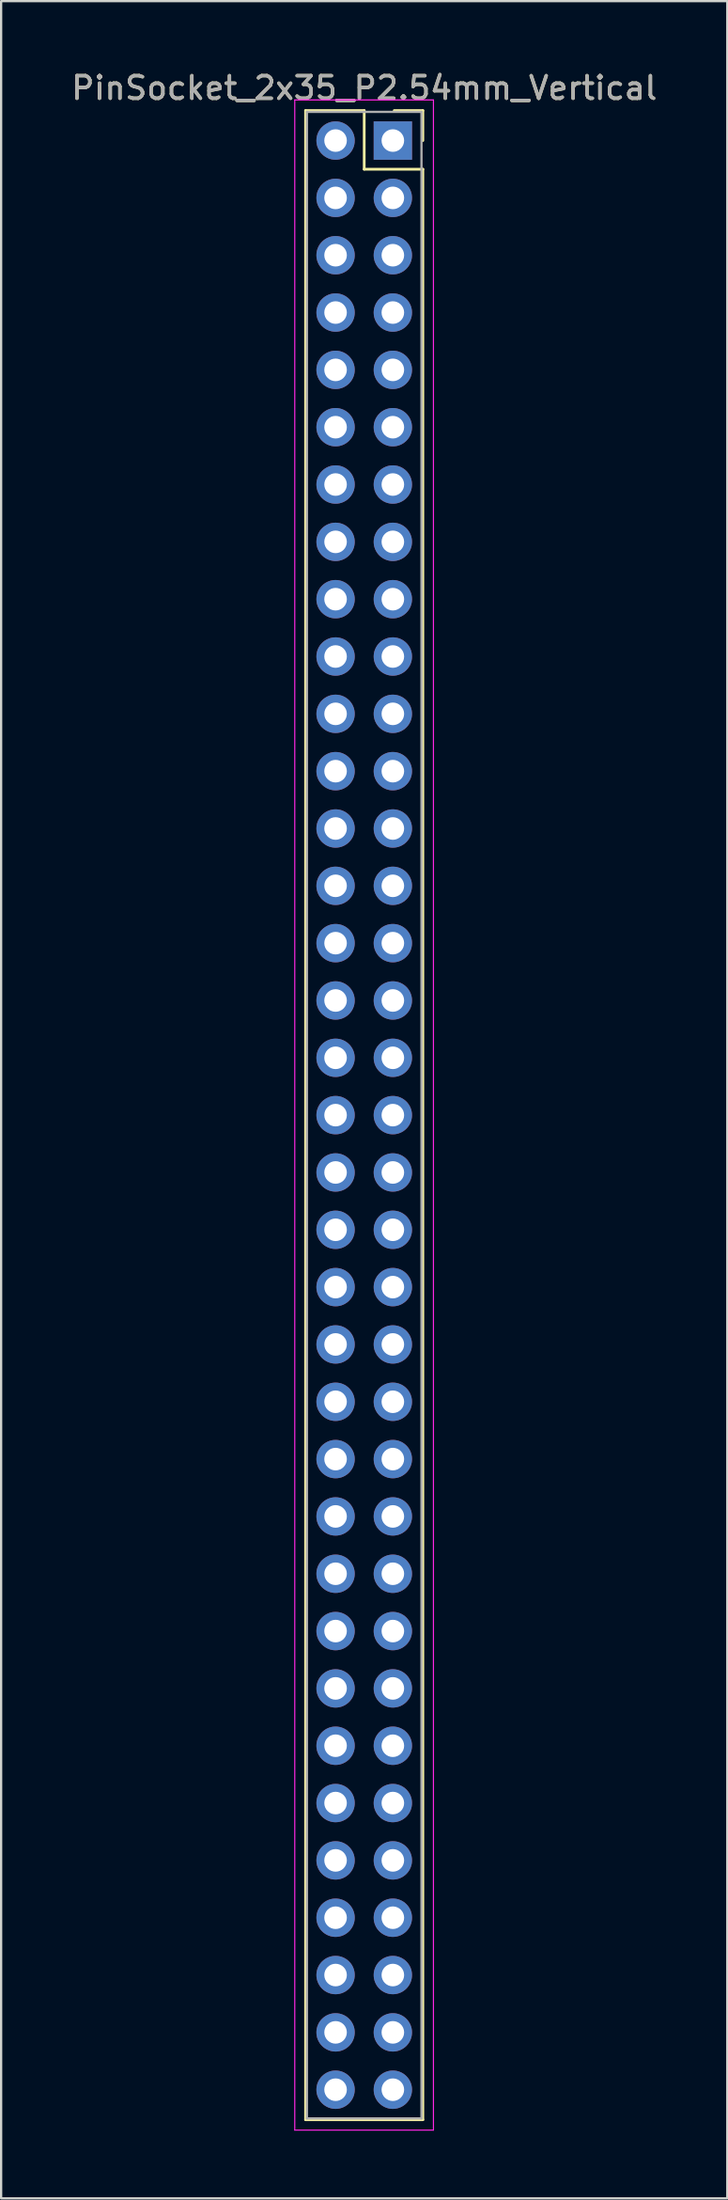
<source format=kicad_pcb>
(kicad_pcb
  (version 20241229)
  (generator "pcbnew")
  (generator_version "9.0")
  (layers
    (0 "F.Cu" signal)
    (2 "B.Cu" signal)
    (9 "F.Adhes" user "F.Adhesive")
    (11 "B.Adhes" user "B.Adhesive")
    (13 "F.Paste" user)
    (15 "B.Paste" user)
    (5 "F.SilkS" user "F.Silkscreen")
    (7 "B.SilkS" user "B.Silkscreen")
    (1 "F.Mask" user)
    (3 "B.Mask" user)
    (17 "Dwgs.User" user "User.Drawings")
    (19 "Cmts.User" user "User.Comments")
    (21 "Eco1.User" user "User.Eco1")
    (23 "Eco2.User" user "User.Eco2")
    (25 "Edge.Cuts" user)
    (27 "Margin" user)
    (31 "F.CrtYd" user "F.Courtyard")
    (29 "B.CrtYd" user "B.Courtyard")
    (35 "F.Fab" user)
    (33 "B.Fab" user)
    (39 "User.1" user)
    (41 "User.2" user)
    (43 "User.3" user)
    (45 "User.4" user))
  (footprint "PinSocket_2x35_P2.54mm_Vertical"
    (layer "F.Cu")
    (at 14.371 3.178)
    (property "Reference" "PinSocket_2x35_P2.54mm_Vertical" (at -1.27 -2.33 0) (layer "F.SilkS") (effects (font (size 1 1) (thickness 0.15))))
    (attr through_hole)
    (fp_line (start -3.87 -1.33) (end -1.27 -1.33) (stroke (width 0.12) (type solid)) (layer "F.SilkS"))
    (fp_line (start -3.87 87.69) (end -3.87 -1.33) (stroke (width 0.12) (type solid)) (layer "F.SilkS"))
    (fp_line (start -1.27 -1.33) (end -1.27 1.27) (stroke (width 0.12) (type solid)) (layer "F.SilkS"))
    (fp_line (start -1.27 1.27) (end 1.33 1.27) (stroke (width 0.12) (type solid)) (layer "F.SilkS"))
    (fp_line (start 1.33 -1.33) (end 0.06 -1.33) (stroke (width 0.12) (type solid)) (layer "F.SilkS"))
    (fp_line (start 1.33 0) (end 1.33 -1.33) (stroke (width 0.12) (type solid)) (layer "F.SilkS"))
    (fp_line (start 1.33 1.27) (end 1.33 87.69) (stroke (width 0.12) (type solid)) (layer "F.SilkS"))
    (fp_line (start 1.33 87.69) (end -3.87 87.69) (stroke (width 0.12) (type solid)) (layer "F.SilkS"))
    (fp_line (start -4.35 -1.8) (end -4.35 88.15) (stroke (width 0.05) (type solid)) (layer "F.CrtYd"))
    (fp_line (start -4.35 88.15) (end 1.8 88.15) (stroke (width 0.05) (type solid)) (layer "F.CrtYd"))
    (fp_line (start 1.8 -1.8) (end -4.35 -1.8) (stroke (width 0.05) (type solid)) (layer "F.CrtYd"))
    (fp_line (start 1.8 88.15) (end 1.8 -1.8) (stroke (width 0.05) (type solid)) (layer "F.CrtYd"))
    (fp_line (start -3.81 -1.27) (end -3.81 87.63) (stroke (width 0.1) (type solid)) (layer "F.Fab"))
    (fp_line (start -3.81 87.63) (end 1.27 87.63) (stroke (width 0.1) (type solid)) (layer "F.Fab"))
    (fp_line (start 1.27 -1.27) (end -3.81 -1.27) (stroke (width 0.1) (type solid)) (layer "F.Fab"))
    (fp_line (start 1.27 87.63) (end 1.27 -1.27) (stroke (width 0.1) (type solid)) (layer "F.Fab"))
    (fp_text user "${REFERENCE}" (at -1.27 -2.33 0) (layer "F.Fab") (effects (font (size 1 1) (thickness 0.15))))
    (pad "1" thru_hole rect (at 0 0) (size 1.7 1.7) (drill 1) (layers "*.Cu" "*.Mask"))
    (pad "2" thru_hole oval (at -2.54 0) (size 1.7 1.7) (drill 1) (layers "*.Cu" "*.Mask"))
    (pad "3" thru_hole oval (at 0 2.54) (size 1.7 1.7) (drill 1) (layers "*.Cu" "*.Mask"))
    (pad "4" thru_hole oval (at -2.54 2.54) (size 1.7 1.7) (drill 1) (layers "*.Cu" "*.Mask"))
    (pad "5" thru_hole oval (at 0 5.08) (size 1.7 1.7) (drill 1) (layers "*.Cu" "*.Mask"))
    (pad "6" thru_hole oval (at -2.54 5.08) (size 1.7 1.7) (drill 1) (layers "*.Cu" "*.Mask"))
    (pad "7" thru_hole oval (at 0 7.62) (size 1.7 1.7) (drill 1) (layers "*.Cu" "*.Mask"))
    (pad "8" thru_hole oval (at -2.54 7.62) (size 1.7 1.7) (drill 1) (layers "*.Cu" "*.Mask"))
    (pad "9" thru_hole oval (at 0 10.16) (size 1.7 1.7) (drill 1) (layers "*.Cu" "*.Mask"))
    (pad "10" thru_hole oval (at -2.54 10.16) (size 1.7 1.7) (drill 1) (layers "*.Cu" "*.Mask"))
    (pad "11" thru_hole oval (at 0 12.7) (size 1.7 1.7) (drill 1) (layers "*.Cu" "*.Mask"))
    (pad "12" thru_hole oval (at -2.54 12.7) (size 1.7 1.7) (drill 1) (layers "*.Cu" "*.Mask"))
    (pad "13" thru_hole oval (at 0 15.24) (size 1.7 1.7) (drill 1) (layers "*.Cu" "*.Mask"))
    (pad "14" thru_hole oval (at -2.54 15.24) (size 1.7 1.7) (drill 1) (layers "*.Cu" "*.Mask"))
    (pad "15" thru_hole oval (at 0 17.78) (size 1.7 1.7) (drill 1) (layers "*.Cu" "*.Mask"))
    (pad "16" thru_hole oval (at -2.54 17.78) (size 1.7 1.7) (drill 1) (layers "*.Cu" "*.Mask"))
    (pad "17" thru_hole oval (at 0 20.32) (size 1.7 1.7) (drill 1) (layers "*.Cu" "*.Mask"))
    (pad "18" thru_hole oval (at -2.54 20.32) (size 1.7 1.7) (drill 1) (layers "*.Cu" "*.Mask"))
    (pad "19" thru_hole oval (at 0 22.86) (size 1.7 1.7) (drill 1) (layers "*.Cu" "*.Mask"))
    (pad "20" thru_hole oval (at -2.54 22.86) (size 1.7 1.7) (drill 1) (layers "*.Cu" "*.Mask"))
    (pad "21" thru_hole oval (at 0 25.4) (size 1.7 1.7) (drill 1) (layers "*.Cu" "*.Mask"))
    (pad "22" thru_hole oval (at -2.54 25.4) (size 1.7 1.7) (drill 1) (layers "*.Cu" "*.Mask"))
    (pad "23" thru_hole oval (at 0 27.94) (size 1.7 1.7) (drill 1) (layers "*.Cu" "*.Mask"))
    (pad "24" thru_hole oval (at -2.54 27.94) (size 1.7 1.7) (drill 1) (layers "*.Cu" "*.Mask"))
    (pad "25" thru_hole oval (at 0 30.48) (size 1.7 1.7) (drill 1) (layers "*.Cu" "*.Mask"))
    (pad "26" thru_hole oval (at -2.54 30.48) (size 1.7 1.7) (drill 1) (layers "*.Cu" "*.Mask"))
    (pad "27" thru_hole oval (at 0 33.02) (size 1.7 1.7) (drill 1) (layers "*.Cu" "*.Mask"))
    (pad "28" thru_hole oval (at -2.54 33.02) (size 1.7 1.7) (drill 1) (layers "*.Cu" "*.Mask"))
    (pad "29" thru_hole oval (at 0 35.56) (size 1.7 1.7) (drill 1) (layers "*.Cu" "*.Mask"))
    (pad "30" thru_hole oval (at -2.54 35.56) (size 1.7 1.7) (drill 1) (layers "*.Cu" "*.Mask"))
    (pad "31" thru_hole oval (at 0 38.1) (size 1.7 1.7) (drill 1) (layers "*.Cu" "*.Mask"))
    (pad "32" thru_hole oval (at -2.54 38.1) (size 1.7 1.7) (drill 1) (layers "*.Cu" "*.Mask"))
    (pad "33" thru_hole oval (at 0 40.64) (size 1.7 1.7) (drill 1) (layers "*.Cu" "*.Mask"))
    (pad "34" thru_hole oval (at -2.54 40.64) (size 1.7 1.7) (drill 1) (layers "*.Cu" "*.Mask"))
    (pad "35" thru_hole oval (at 0 43.18) (size 1.7 1.7) (drill 1) (layers "*.Cu" "*.Mask"))
    (pad "36" thru_hole oval (at -2.54 43.18) (size 1.7 1.7) (drill 1) (layers "*.Cu" "*.Mask"))
    (pad "37" thru_hole oval (at 0 45.72) (size 1.7 1.7) (drill 1) (layers "*.Cu" "*.Mask"))
    (pad "38" thru_hole oval (at -2.54 45.72) (size 1.7 1.7) (drill 1) (layers "*.Cu" "*.Mask"))
    (pad "39" thru_hole oval (at 0 48.26) (size 1.7 1.7) (drill 1) (layers "*.Cu" "*.Mask"))
    (pad "40" thru_hole oval (at -2.54 48.26) (size 1.7 1.7) (drill 1) (layers "*.Cu" "*.Mask"))
    (pad "41" thru_hole oval (at 0 50.8) (size 1.7 1.7) (drill 1) (layers "*.Cu" "*.Mask"))
    (pad "42" thru_hole oval (at -2.54 50.8) (size 1.7 1.7) (drill 1) (layers "*.Cu" "*.Mask"))
    (pad "43" thru_hole oval (at 0 53.34) (size 1.7 1.7) (drill 1) (layers "*.Cu" "*.Mask"))
    (pad "44" thru_hole oval (at -2.54 53.34) (size 1.7 1.7) (drill 1) (layers "*.Cu" "*.Mask"))
    (pad "45" thru_hole oval (at 0 55.88) (size 1.7 1.7) (drill 1) (layers "*.Cu" "*.Mask"))
    (pad "46" thru_hole oval (at -2.54 55.88) (size 1.7 1.7) (drill 1) (layers "*.Cu" "*.Mask"))
    (pad "47" thru_hole oval (at 0 58.42) (size 1.7 1.7) (drill 1) (layers "*.Cu" "*.Mask"))
    (pad "48" thru_hole oval (at -2.54 58.42) (size 1.7 1.7) (drill 1) (layers "*.Cu" "*.Mask"))
    (pad "49" thru_hole oval (at 0 60.96) (size 1.7 1.7) (drill 1) (layers "*.Cu" "*.Mask"))
    (pad "50" thru_hole oval (at -2.54 60.96) (size 1.7 1.7) (drill 1) (layers "*.Cu" "*.Mask"))
    (pad "51" thru_hole oval (at 0 63.5) (size 1.7 1.7) (drill 1) (layers "*.Cu" "*.Mask"))
    (pad "52" thru_hole oval (at -2.54 63.5) (size 1.7 1.7) (drill 1) (layers "*.Cu" "*.Mask"))
    (pad "53" thru_hole oval (at 0 66.04) (size 1.7 1.7) (drill 1) (layers "*.Cu" "*.Mask"))
    (pad "54" thru_hole oval (at -2.54 66.04) (size 1.7 1.7) (drill 1) (layers "*.Cu" "*.Mask"))
    (pad "55" thru_hole oval (at 0 68.58) (size 1.7 1.7) (drill 1) (layers "*.Cu" "*.Mask"))
    (pad "56" thru_hole oval (at -2.54 68.58) (size 1.7 1.7) (drill 1) (layers "*.Cu" "*.Mask"))
    (pad "57" thru_hole oval (at 0 71.12) (size 1.7 1.7) (drill 1) (layers "*.Cu" "*.Mask"))
    (pad "58" thru_hole oval (at -2.54 71.12) (size 1.7 1.7) (drill 1) (layers "*.Cu" "*.Mask"))
    (pad "59" thru_hole oval (at 0 73.66) (size 1.7 1.7) (drill 1) (layers "*.Cu" "*.Mask"))
    (pad "60" thru_hole oval (at -2.54 73.66) (size 1.7 1.7) (drill 1) (layers "*.Cu" "*.Mask"))
    (pad "61" thru_hole oval (at 0 76.2) (size 1.7 1.7) (drill 1) (layers "*.Cu" "*.Mask"))
    (pad "62" thru_hole oval (at -2.54 76.2) (size 1.7 1.7) (drill 1) (layers "*.Cu" "*.Mask"))
    (pad "63" thru_hole oval (at 0 78.74) (size 1.7 1.7) (drill 1) (layers "*.Cu" "*.Mask"))
    (pad "64" thru_hole oval (at -2.54 78.74) (size 1.7 1.7) (drill 1) (layers "*.Cu" "*.Mask"))
    (pad "65" thru_hole oval (at 0 81.28) (size 1.7 1.7) (drill 1) (layers "*.Cu" "*.Mask"))
    (pad "66" thru_hole oval (at -2.54 81.28) (size 1.7 1.7) (drill 1) (layers "*.Cu" "*.Mask"))
    (pad "67" thru_hole oval (at 0 83.82) (size 1.7 1.7) (drill 1) (layers "*.Cu" "*.Mask"))
    (pad "68" thru_hole oval (at -2.54 83.82) (size 1.7 1.7) (drill 1) (layers "*.Cu" "*.Mask"))
    (pad "69" thru_hole oval (at 0 86.36) (size 1.7 1.7) (drill 1) (layers "*.Cu" "*.Mask"))
    (pad "70" thru_hole oval (at -2.54 86.36) (size 1.7 1.7) (drill 1) (layers "*.Cu" "*.Mask")))
  (gr_rect
    (start -3 -3)
    (end 29.202 94.353)
    (stroke (width 0.1) (type default))
    (fill no)
    (layer "Edge.Cuts")))
</source>
